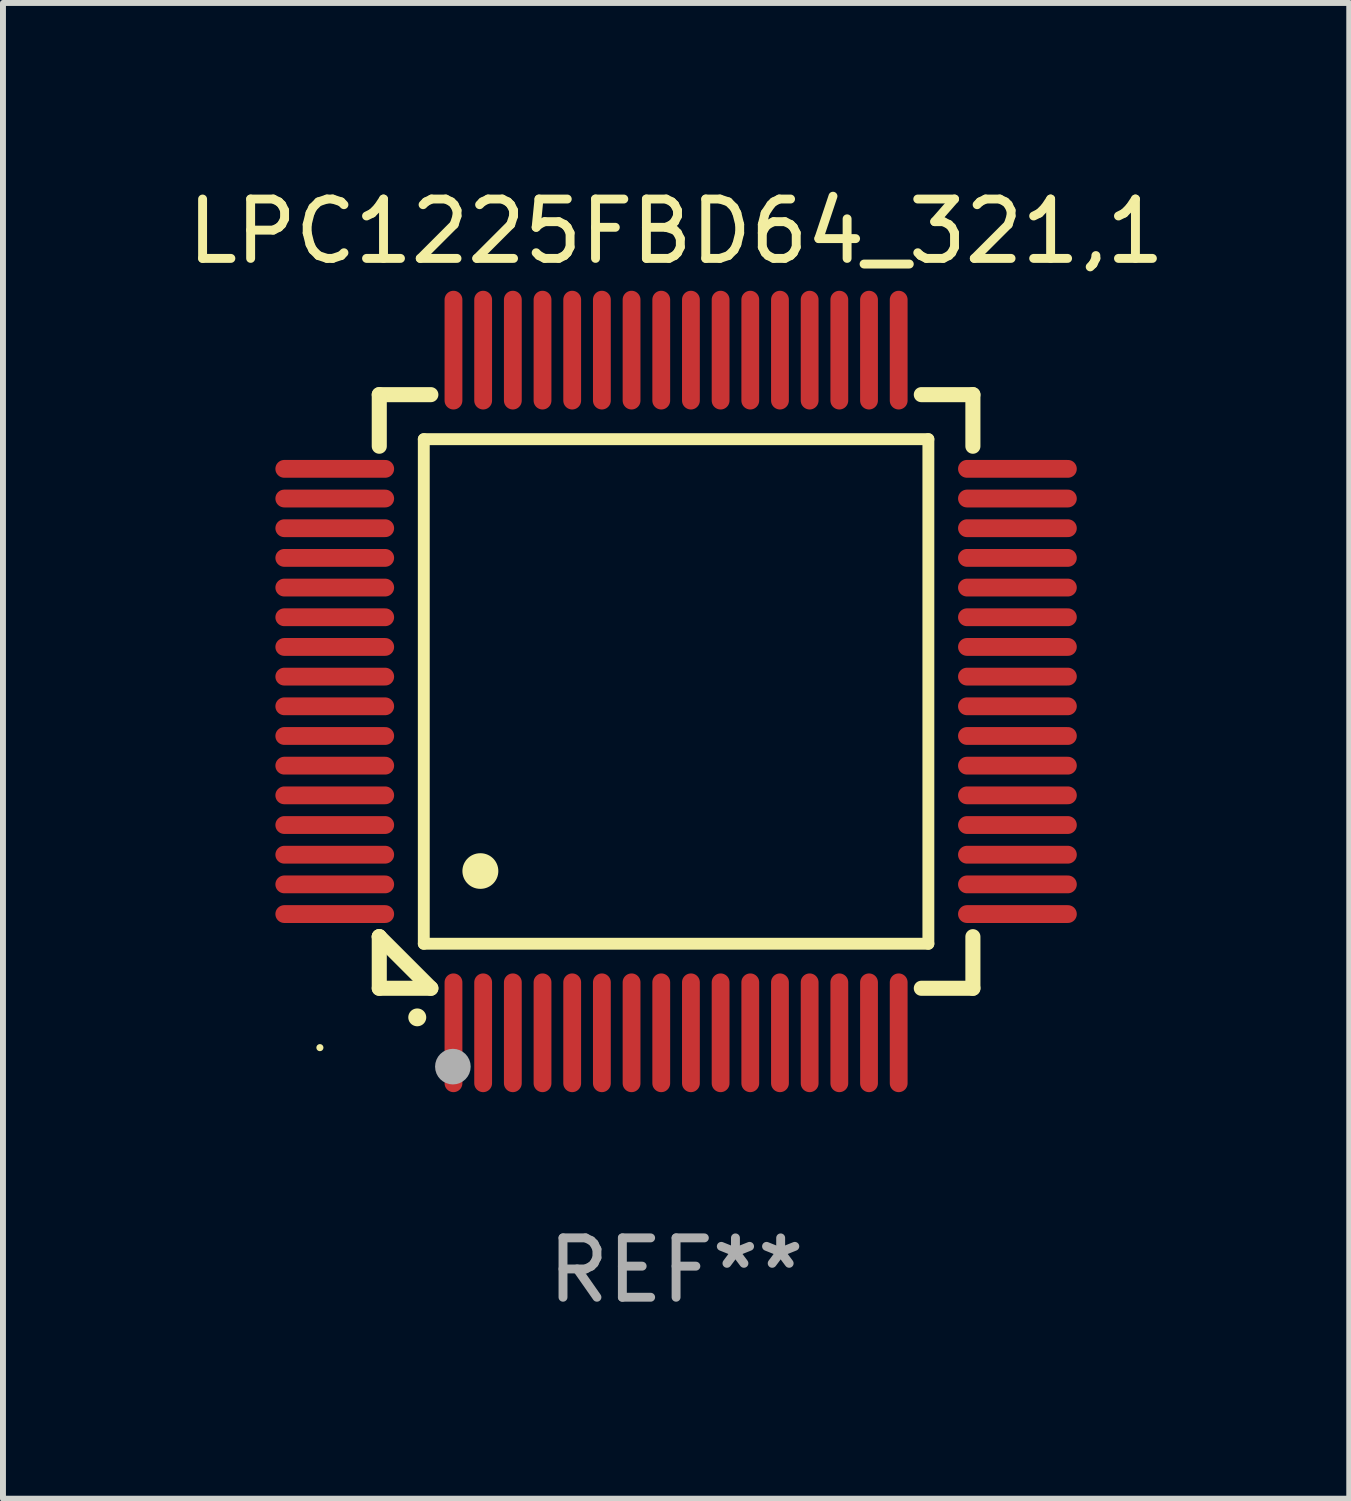
<source format=kicad_pcb>
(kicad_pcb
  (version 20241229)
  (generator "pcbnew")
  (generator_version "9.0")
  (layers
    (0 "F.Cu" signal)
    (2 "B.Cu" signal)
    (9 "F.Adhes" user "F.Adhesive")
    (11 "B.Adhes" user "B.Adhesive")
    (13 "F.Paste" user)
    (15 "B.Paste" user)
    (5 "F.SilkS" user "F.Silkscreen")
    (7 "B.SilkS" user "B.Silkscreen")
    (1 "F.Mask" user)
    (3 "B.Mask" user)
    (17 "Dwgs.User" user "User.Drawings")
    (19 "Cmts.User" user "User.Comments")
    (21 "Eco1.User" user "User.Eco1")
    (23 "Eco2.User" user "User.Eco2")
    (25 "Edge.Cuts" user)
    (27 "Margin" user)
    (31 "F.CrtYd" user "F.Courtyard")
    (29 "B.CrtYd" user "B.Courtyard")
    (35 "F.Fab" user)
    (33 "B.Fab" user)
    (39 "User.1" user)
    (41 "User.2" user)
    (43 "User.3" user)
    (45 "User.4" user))
  (footprint "LPC1225FBD64_321,1"
    (layer "F.Cu")
    (at 8.339 8.598)
    (property "Reference" "LPC1225FBD64_321,1" (at 0 -7.75 0) (layer "F.SilkS") (effects (font (size 1 1) (thickness 0.15))))
    (attr through_hole)
    (fp_line (start -5 -5) (end -4.131 -5) (stroke (width 0.254) (type solid)) (layer "F.SilkS"))
    (fp_line (start -5 -4.131) (end -5 -5) (stroke (width 0.254) (type solid)) (layer "F.SilkS"))
    (fp_line (start -5 4.131) (end -5 4.131) (stroke (width 0.254) (type solid)) (layer "F.SilkS"))
    (fp_line (start -5 5) (end -5 4.131) (stroke (width 0.254) (type solid)) (layer "F.SilkS"))
    (fp_line (start -5 4.131) (end -4.131 5) (stroke (width 0.254) (type solid)) (layer "F.SilkS"))
    (fp_line (start -4.25 -4.25) (end -4.25 4.25) (stroke (width 0.2) (type solid)) (layer "F.SilkS"))
    (fp_line (start -4.25 4.25) (end 4.25 4.25) (stroke (width 0.2) (type solid)) (layer "F.SilkS"))
    (fp_line (start -4.131 5) (end -5 5) (stroke (width 0.254) (type solid)) (layer "F.SilkS"))
    (fp_line (start 4.25 -4.25) (end -4.25 -4.25) (stroke (width 0.2) (type solid)) (layer "F.SilkS"))
    (fp_line (start 4.25 4.25) (end 4.25 -4.25) (stroke (width 0.2) (type solid)) (layer "F.SilkS"))
    (fp_line (start 5 -5) (end 4.131 -5) (stroke (width 0.254) (type solid)) (layer "F.SilkS"))
    (fp_line (start 5 -5) (end 5 -4.131) (stroke (width 0.254) (type solid)) (layer "F.SilkS"))
    (fp_line (start 5 4.131) (end 5 5) (stroke (width 0.254) (type solid)) (layer "F.SilkS"))
    (fp_line (start 5 5) (end 4.131 5) (stroke (width 0.254) (type solid)) (layer "F.SilkS"))
    (fp_arc (start -4.361265 5.489992) (mid -4.359995 5.489987) (end -4.358725 5.489992) (stroke (width 0.3) (type solid)) (layer "F.SilkS"))
    (fp_arc (start -3.299467 3.025146) (mid -3.296927 3.025135) (end -3.294387 3.025146) (stroke (width 0.6) (type solid)) (layer "F.SilkS"))
    (fp_circle (center -6 6) (end -5.97 6) (stroke (width 0.06) (type solid)) (fill no) (layer "F.SilkS"))
    (fp_circle (center -3.76 6.32) (end -3.61 6.32) (stroke (width 0.3) (type solid)) (fill no) (layer "F.Fab"))
    (fp_text user "REF**" (at 0 9.75 0) (layer "F.Fab") (effects (font (size 1 1) (thickness 0.15))))
    (pad "1" smd oval (at -3.75 5.75) (size 0.3 2) (layers "F.Cu" "F.Mask" "F.Paste"))
    (pad "2" smd oval (at -3.25 5.75) (size 0.3 2) (layers "F.Cu" "F.Mask" "F.Paste"))
    (pad "3" smd oval (at -2.75 5.75) (size 0.3 2) (layers "F.Cu" "F.Mask" "F.Paste"))
    (pad "4" smd oval (at -2.25 5.75) (size 0.3 2) (layers "F.Cu" "F.Mask" "F.Paste"))
    (pad "5" smd oval (at -1.75 5.75) (size 0.3 2) (layers "F.Cu" "F.Mask" "F.Paste"))
    (pad "6" smd oval (at -1.25 5.75) (size 0.3 2) (layers "F.Cu" "F.Mask" "F.Paste"))
    (pad "7" smd oval (at -0.75 5.75) (size 0.3 2) (layers "F.Cu" "F.Mask" "F.Paste"))
    (pad "8" smd oval (at -0.25 5.75) (size 0.3 2) (layers "F.Cu" "F.Mask" "F.Paste"))
    (pad "9" smd oval (at 0.25 5.75) (size 0.3 2) (layers "F.Cu" "F.Mask" "F.Paste"))
    (pad "10" smd oval (at 0.75 5.75) (size 0.3 2) (layers "F.Cu" "F.Mask" "F.Paste"))
    (pad "11" smd oval (at 1.25 5.75) (size 0.3 2) (layers "F.Cu" "F.Mask" "F.Paste"))
    (pad "12" smd oval (at 1.75 5.75) (size 0.3 2) (layers "F.Cu" "F.Mask" "F.Paste"))
    (pad "13" smd oval (at 2.25 5.75) (size 0.3 2) (layers "F.Cu" "F.Mask" "F.Paste"))
    (pad "14" smd oval (at 2.75 5.75) (size 0.3 2) (layers "F.Cu" "F.Mask" "F.Paste"))
    (pad "15" smd oval (at 3.25 5.75) (size 0.3 2) (layers "F.Cu" "F.Mask" "F.Paste"))
    (pad "16" smd oval (at 3.75 5.75) (size 0.3 2) (layers "F.Cu" "F.Mask" "F.Paste"))
    (pad "17" smd oval (at 5.75 3.75) (size 2 0.3) (layers "F.Cu" "F.Mask" "F.Paste"))
    (pad "18" smd oval (at 5.75 3.25) (size 2 0.3) (layers "F.Cu" "F.Mask" "F.Paste"))
    (pad "19" smd oval (at 5.75 2.75) (size 2 0.3) (layers "F.Cu" "F.Mask" "F.Paste"))
    (pad "20" smd oval (at 5.75 2.25) (size 2 0.3) (layers "F.Cu" "F.Mask" "F.Paste"))
    (pad "21" smd oval (at 5.75 1.75) (size 2 0.3) (layers "F.Cu" "F.Mask" "F.Paste"))
    (pad "22" smd oval (at 5.75 1.25) (size 2 0.3) (layers "F.Cu" "F.Mask" "F.Paste"))
    (pad "23" smd oval (at 5.75 0.75) (size 2 0.3) (layers "F.Cu" "F.Mask" "F.Paste"))
    (pad "24" smd oval (at 5.75 0.25) (size 2 0.3) (layers "F.Cu" "F.Mask" "F.Paste"))
    (pad "25" smd oval (at 5.75 -0.25) (size 2 0.3) (layers "F.Cu" "F.Mask" "F.Paste"))
    (pad "26" smd oval (at 5.75 -0.75) (size 2 0.3) (layers "F.Cu" "F.Mask" "F.Paste"))
    (pad "27" smd oval (at 5.75 -1.25) (size 2 0.3) (layers "F.Cu" "F.Mask" "F.Paste"))
    (pad "28" smd oval (at 5.75 -1.75) (size 2 0.3) (layers "F.Cu" "F.Mask" "F.Paste"))
    (pad "29" smd oval (at 5.75 -2.25) (size 2 0.3) (layers "F.Cu" "F.Mask" "F.Paste"))
    (pad "30" smd oval (at 5.75 -2.75) (size 2 0.3) (layers "F.Cu" "F.Mask" "F.Paste"))
    (pad "31" smd oval (at 5.75 -3.25) (size 2 0.3) (layers "F.Cu" "F.Mask" "F.Paste"))
    (pad "32" smd oval (at 5.75 -3.75) (size 2 0.3) (layers "F.Cu" "F.Mask" "F.Paste"))
    (pad "33" smd oval (at 3.75 -5.75) (size 0.3 2) (layers "F.Cu" "F.Mask" "F.Paste"))
    (pad "34" smd oval (at 3.25 -5.75) (size 0.3 2) (layers "F.Cu" "F.Mask" "F.Paste"))
    (pad "35" smd oval (at 2.75 -5.75) (size 0.3 2) (layers "F.Cu" "F.Mask" "F.Paste"))
    (pad "36" smd oval (at 2.25 -5.75) (size 0.3 2) (layers "F.Cu" "F.Mask" "F.Paste"))
    (pad "37" smd oval (at 1.75 -5.75) (size 0.3 2) (layers "F.Cu" "F.Mask" "F.Paste"))
    (pad "38" smd oval (at 1.25 -5.75) (size 0.3 2) (layers "F.Cu" "F.Mask" "F.Paste"))
    (pad "39" smd oval (at 0.75 -5.75) (size 0.3 2) (layers "F.Cu" "F.Mask" "F.Paste"))
    (pad "40" smd oval (at 0.25 -5.75) (size 0.3 2) (layers "F.Cu" "F.Mask" "F.Paste"))
    (pad "41" smd oval (at -0.25 -5.75) (size 0.3 2) (layers "F.Cu" "F.Mask" "F.Paste"))
    (pad "42" smd oval (at -0.75 -5.75) (size 0.3 2) (layers "F.Cu" "F.Mask" "F.Paste"))
    (pad "43" smd oval (at -1.25 -5.75) (size 0.3 2) (layers "F.Cu" "F.Mask" "F.Paste"))
    (pad "44" smd oval (at -1.75 -5.75) (size 0.3 2) (layers "F.Cu" "F.Mask" "F.Paste"))
    (pad "45" smd oval (at -2.25 -5.75) (size 0.3 2) (layers "F.Cu" "F.Mask" "F.Paste"))
    (pad "46" smd oval (at -2.75 -5.75) (size 0.3 2) (layers "F.Cu" "F.Mask" "F.Paste"))
    (pad "47" smd oval (at -3.25 -5.75) (size 0.3 2) (layers "F.Cu" "F.Mask" "F.Paste"))
    (pad "48" smd oval (at -3.75 -5.75) (size 0.3 2) (layers "F.Cu" "F.Mask" "F.Paste"))
    (pad "49" smd oval (at -5.75 -3.75) (size 2 0.3) (layers "F.Cu" "F.Mask" "F.Paste"))
    (pad "50" smd oval (at -5.75 -3.25) (size 2 0.3) (layers "F.Cu" "F.Mask" "F.Paste"))
    (pad "51" smd oval (at -5.75 -2.75) (size 2 0.3) (layers "F.Cu" "F.Mask" "F.Paste"))
    (pad "52" smd oval (at -5.75 -2.25) (size 2 0.3) (layers "F.Cu" "F.Mask" "F.Paste"))
    (pad "53" smd oval (at -5.75 -1.75) (size 2 0.3) (layers "F.Cu" "F.Mask" "F.Paste"))
    (pad "54" smd oval (at -5.75 -1.25) (size 2 0.3) (layers "F.Cu" "F.Mask" "F.Paste"))
    (pad "55" smd oval (at -5.75 -0.75) (size 2 0.3) (layers "F.Cu" "F.Mask" "F.Paste"))
    (pad "56" smd oval (at -5.75 -0.25) (size 2 0.3) (layers "F.Cu" "F.Mask" "F.Paste"))
    (pad "57" smd oval (at -5.75 0.25) (size 2 0.3) (layers "F.Cu" "F.Mask" "F.Paste"))
    (pad "58" smd oval (at -5.75 0.75) (size 2 0.3) (layers "F.Cu" "F.Mask" "F.Paste"))
    (pad "59" smd oval (at -5.75 1.25) (size 2 0.3) (layers "F.Cu" "F.Mask" "F.Paste"))
    (pad "60" smd oval (at -5.75 1.75) (size 2 0.3) (layers "F.Cu" "F.Mask" "F.Paste"))
    (pad "61" smd oval (at -5.75 2.25) (size 2 0.3) (layers "F.Cu" "F.Mask" "F.Paste"))
    (pad "62" smd oval (at -5.75 2.75) (size 2 0.3) (layers "F.Cu" "F.Mask" "F.Paste"))
    (pad "63" smd oval (at -5.75 3.25) (size 2 0.3) (layers "F.Cu" "F.Mask" "F.Paste"))
    (pad "64" smd oval (at -5.75 3.75) (size 2 0.3) (layers "F.Cu" "F.Mask" "F.Paste")))
  (gr_rect
    (start -3 -3)
    (end 19.679 22.196)
    (stroke (width 0.1) (type default))
    (fill no)
    (layer "Edge.Cuts")))
</source>
